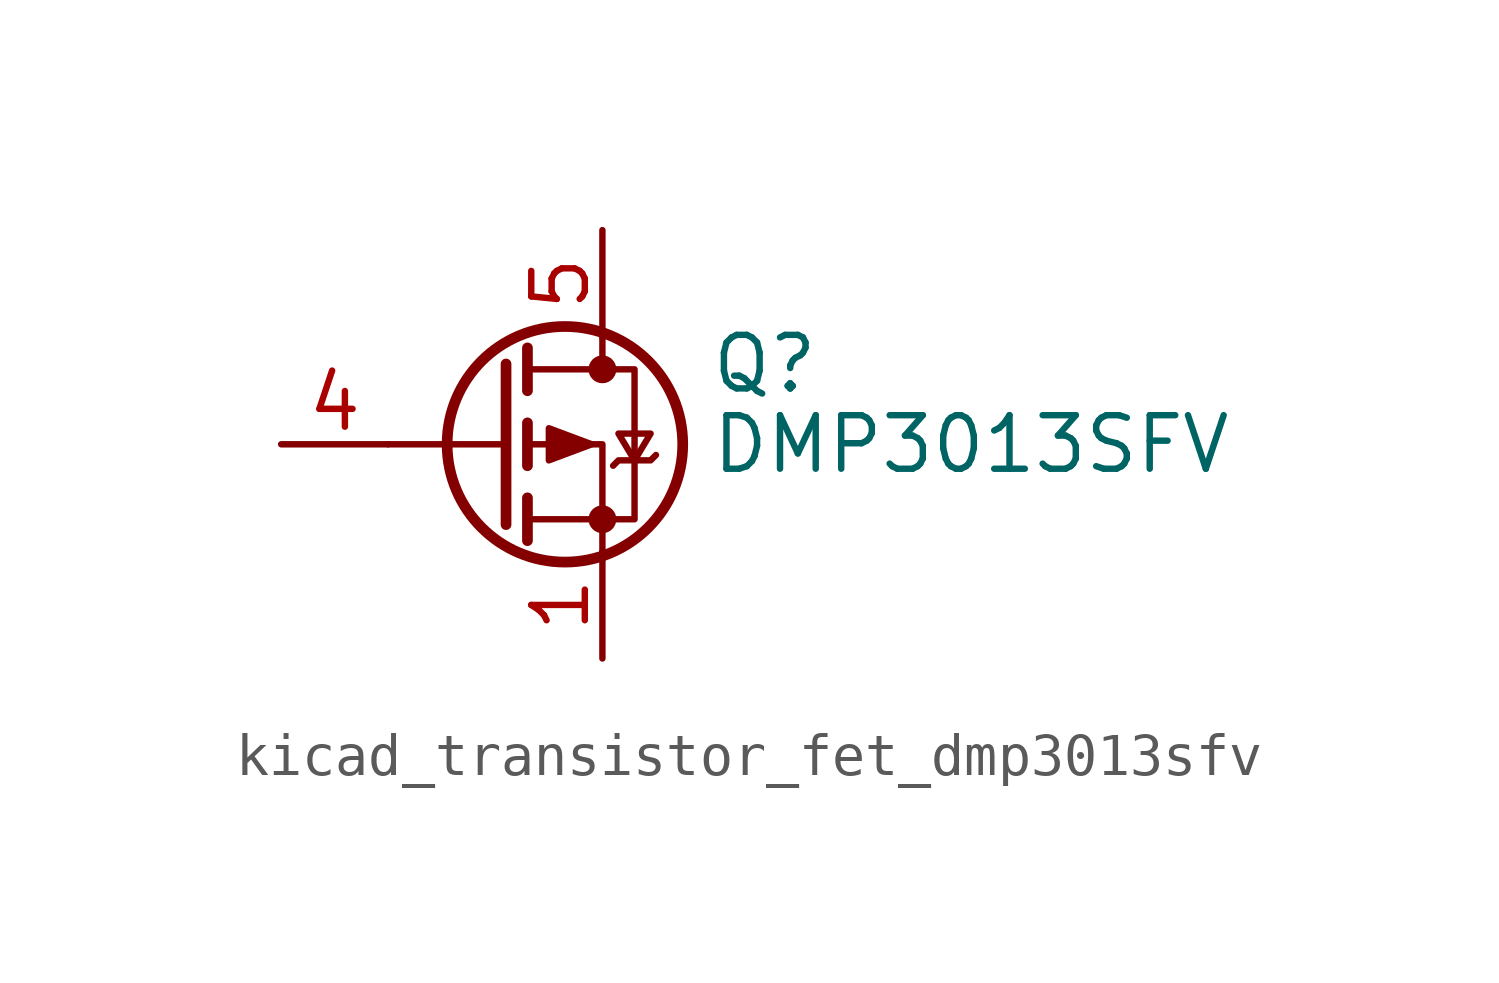
<source format=kicad_sym>
(kicad_symbol_lib
  (version 20220914)
  (generator kicad_symbol_editor)
  (symbol "kicad_transistor_fet_dmp3013sfv"
    (pin_names hide)
    (property "Reference" "Q"
      (at 5.08 1.905 0)
      (effects (font (size 1.27 1.27)) (justify left)))
    (property "Value" "DMP3013SFV"
      (at 5.08 0 0)
      (effects (font (size 1.27 1.27)) (justify left)))
    (symbol "kicad_transistor_fet_dmp3013sfv_0_1"
      (polyline (pts (xy 0.254 0) (xy -2.54 0)) (stroke (width 0) (type default)) (fill (type none)))
      (polyline (pts (xy 0.254 1.905) (xy 0.254 -1.905)) (stroke (width 0.254) (type default)) (fill (type none)))
      (polyline (pts (xy 0.762 -1.27) (xy 0.762 -2.286)) (stroke (width 0.254) (type default)) (fill (type none)))
      (polyline (pts (xy 0.762 0.508) (xy 0.762 -0.508)) (stroke (width 0.254) (type default)) (fill (type none)))
      (polyline (pts (xy 0.762 2.286) (xy 0.762 1.27)) (stroke (width 0.254) (type default)) (fill (type none)))
      (polyline (pts (xy 2.54 2.54) (xy 2.54 1.778)) (stroke (width 0) (type default)) (fill (type none)))
      (polyline (pts (xy 2.54 -2.54) (xy 2.54 0) (xy 0.762 0)) (stroke (width 0) (type default)) (fill (type none)))
      (polyline (pts (xy 0.762 1.778) (xy 3.302 1.778) (xy 3.302 -1.778) (xy 0.762 -1.778)) (stroke (width 0) (type default)) (fill (type none)))
      (polyline (pts (xy 2.286 0) (xy 1.27 0.381) (xy 1.27 -0.381) (xy 2.286 0)) (stroke (width 0) (type default)) (fill (type outline)))
      (polyline (pts (xy 2.794 -0.508) (xy 2.921 -0.381) (xy 3.683 -0.381) (xy 3.81 -0.254)) (stroke (width 0) (type default)) (fill (type none)))
      (polyline (pts (xy 3.302 -0.381) (xy 2.921 0.254) (xy 3.683 0.254) (xy 3.302 -0.381)) (stroke (width 0) (type default)) (fill (type none)))
      (circle (center 1.651 0) (radius 2.794) (stroke (width 0.254) (type default)) (fill (type none)))
      (circle (center 2.54 -1.778) (radius 0.254) (stroke (width 0) (type default)) (fill (type outline)))
      (circle (center 2.54 1.778) (radius 0.254) (stroke (width 0) (type default)) (fill (type outline))))
    (symbol "kicad_transistor_fet_dmp3013sfv_1_1"
      (pin passive line (at 2.54 -5.08 90) (length 2.54) (name "S" (effects (font (size 1.27 1.27)))) (number "1" (effects (font (size 1.27 1.27)))))
      (pin passive line (at 2.54 -5.08 90) (length 2.54) hide (name "S" (effects (font (size 1.27 1.27)))) (number "2" (effects (font (size 1.27 1.27)))))
      (pin passive line (at 2.54 -5.08 90) (length 2.54) hide (name "S" (effects (font (size 1.27 1.27)))) (number "3" (effects (font (size 1.27 1.27)))))
      (pin passive line (at -5.08 0 0) (length 2.54) (name "G" (effects (font (size 1.27 1.27)))) (number "4" (effects (font (size 1.27 1.27)))))
      (pin passive line (at 2.54 5.08 270) (length 2.54) (name "D" (effects (font (size 1.27 1.27)))) (number "5" (effects (font (size 1.27 1.27))))))))
</source>
